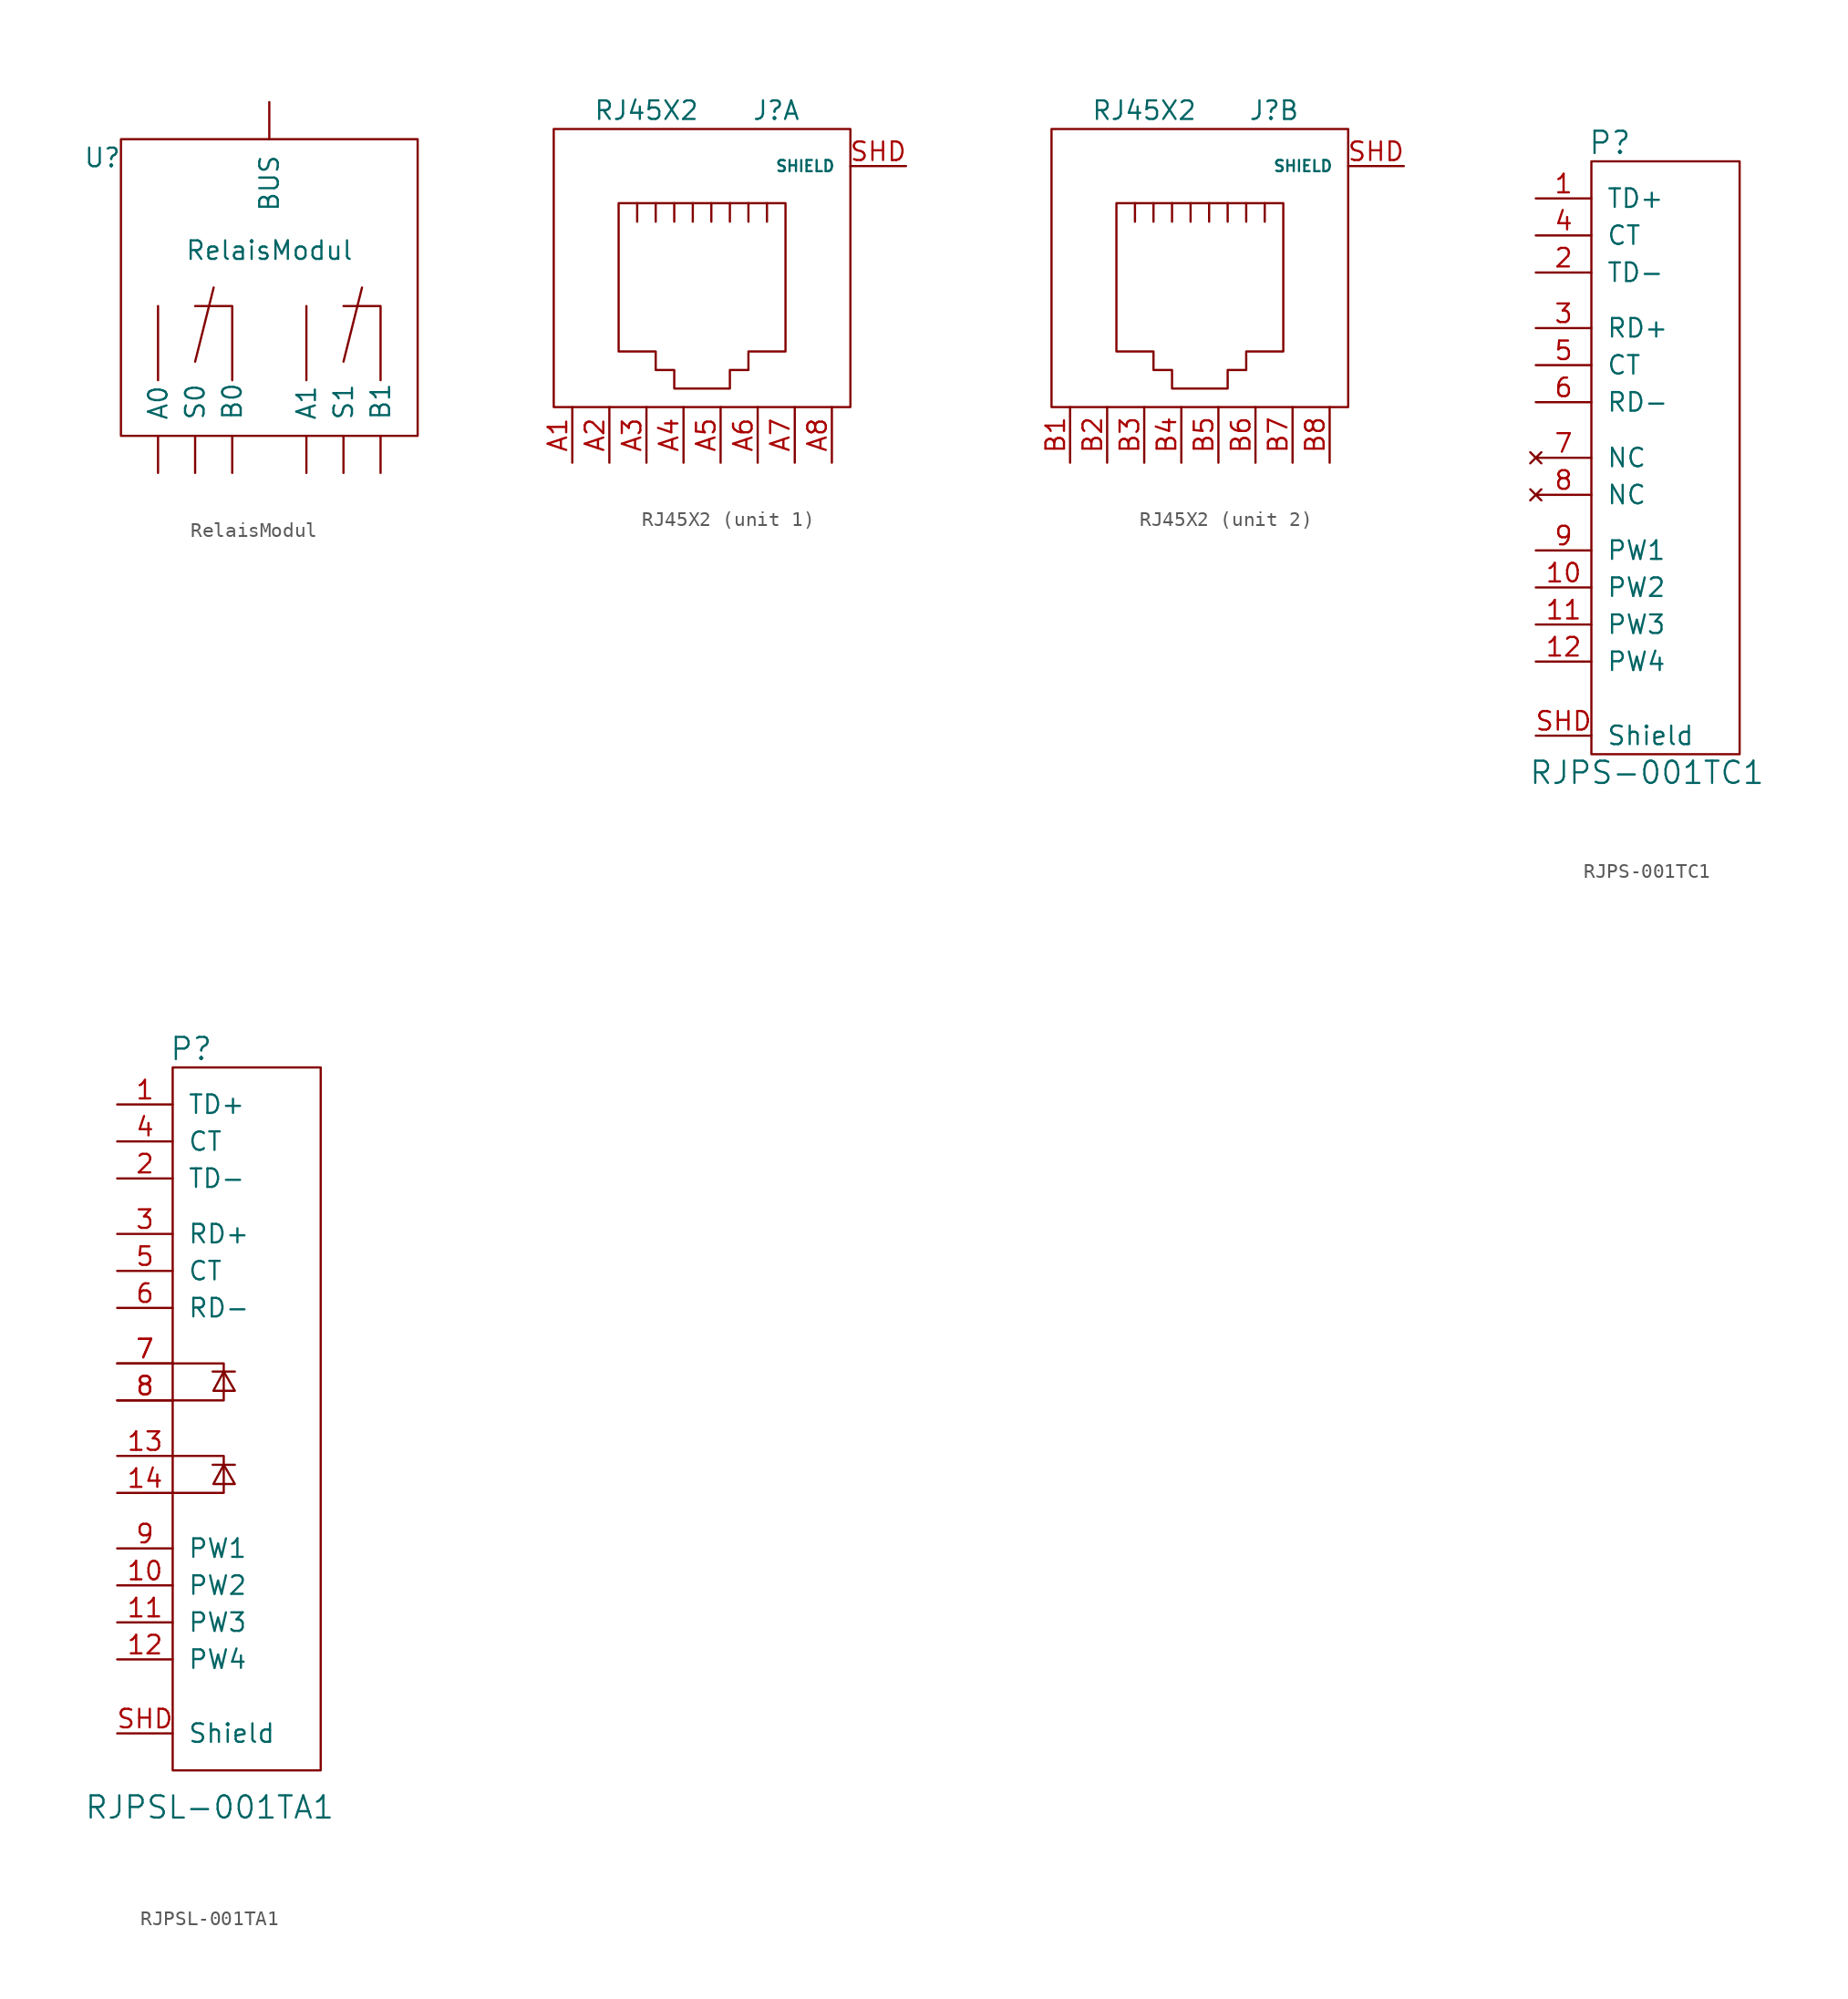
<source format=kicad_sym>
(kicad_symbol_lib
  (version 20211014)
  (generator kicad_symbol_editor)
  (symbol "RelaisModul"
    (pin_names
      (offset 1.016))
    (property "Reference" "U"
      (at -11.43 12.7 0)
      (effects (font (size 1.27 1.27))))
    (property "Value" "RelaisModul"
      (at 0 6.35 0)
      (effects (font (size 1.27 1.27))))
    (symbol "RelaisModul_0_1"
      (polyline (pts (xy -7.62 -2.54) (xy -7.62 2.54)) (stroke (width 0) (type default) (color 0 0 0 0)) (fill (type none)))
      (polyline (pts (xy -5.08 -1.27) (xy -3.81 3.81)) (stroke (width 0) (type default) (color 0 0 0 0)) (fill (type none)))
      (polyline (pts (xy -2.54 -2.54) (xy -2.54 2.54) (xy -5.08 2.54)) (stroke (width 0) (type default) (color 0 0 0 0)) (fill (type none)))
      (rectangle (start 10.16 -6.35) (end -10.16 13.97) (stroke (width 0) (type default) (color 0 0 0 0)) (fill (type none))))
    (symbol "RelaisModul_1_1"
      (polyline (pts (xy 2.54 -2.54) (xy 2.54 2.54)) (stroke (width 0) (type default) (color 0 0 0 0)) (fill (type none)))
      (polyline (pts (xy 5.08 -1.27) (xy 6.35 3.81)) (stroke (width 0) (type default) (color 0 0 0 0)) (fill (type none)))
      (polyline (pts (xy 7.62 -2.54) (xy 7.62 2.54) (xy 5.08 2.54)) (stroke (width 0) (type default) (color 0 0 0 0)) (fill (type none)))
      (pin output line (at -7.62 -8.89 90) (length 2.54) (name "A0" (effects (font (size 1.27 1.27)))) (number "~" (effects (font (size 1.27 1.27)))))
      (pin output line (at 2.54 -8.89 90) (length 2.54) (name "A1" (effects (font (size 1.27 1.27)))) (number "~" (effects (font (size 1.27 1.27)))))
      (pin output line (at -2.54 -8.89 90) (length 2.54) (name "B0" (effects (font (size 1.27 1.27)))) (number "~" (effects (font (size 1.27 1.27)))))
      (pin output line (at 7.62 -8.89 90) (length 2.54) (name "B1" (effects (font (size 1.27 1.27)))) (number "~" (effects (font (size 1.27 1.27)))))
      (pin output line (at 0 16.51 270) (length 2.54) (name "BUS" (effects (font (size 1.27 1.27)))) (number "~" (effects (font (size 1.27 1.27)))))
      (pin output line (at -5.08 -8.89 90) (length 2.54) (name "S0" (effects (font (size 1.27 1.27)))) (number "~" (effects (font (size 1.27 1.27)))))
      (pin output line (at 5.08 -8.89 90) (length 2.54) (name "S1" (effects (font (size 1.27 1.27)))) (number "~" (effects (font (size 1.27 1.27)))))))
  (symbol "RJ45X2"
    (pin_names
      (offset 1.016))
    (property "Reference" "J"
      (at 5.08 12.7 0)
      (effects (font (size 1.27 1.27))))
    (property "Value" "RJ45X2"
      (at -3.81 12.7 0)
      (effects (font (size 1.27 1.27))))
    (property "Footprint" ""
      (at 0 0 0)
      (effects (font (size 1.27 1.27))))
    (property "Datasheet" ""
      (at 0 0 0)
      (effects (font (size 1.27 1.27))))
    (symbol "RJ45X2_0_1"
      (rectangle (start -10.16 -7.62) (end 10.16 11.43) (stroke (width 0) (type default) (color 0 0 0 0)) (fill (type none)))
      (polyline (pts (xy -4.445 5.08) (xy -4.445 6.35) (xy -4.445 6.35)) (stroke (width 0) (type default) (color 0 0 0 0)) (fill (type none)))
      (polyline (pts (xy -3.175 6.35) (xy -3.175 5.08) (xy -3.175 5.08)) (stroke (width 0) (type default) (color 0 0 0 0)) (fill (type none)))
      (polyline (pts (xy -1.905 6.35) (xy -1.905 5.08) (xy -1.905 5.08)) (stroke (width 0) (type default) (color 0 0 0 0)) (fill (type none)))
      (polyline (pts (xy -0.635 6.35) (xy -0.635 5.08) (xy -0.635 5.08)) (stroke (width 0) (type default) (color 0 0 0 0)) (fill (type none)))
      (polyline (pts (xy 0.635 6.35) (xy 0.635 5.08) (xy 0.635 5.08)) (stroke (width 0) (type default) (color 0 0 0 0)) (fill (type none)))
      (polyline (pts (xy 1.905 6.35) (xy 1.905 5.08) (xy 1.905 5.08)) (stroke (width 0) (type default) (color 0 0 0 0)) (fill (type none)))
      (polyline (pts (xy 3.175 5.08) (xy 3.175 6.35) (xy 3.175 6.35)) (stroke (width 0) (type default) (color 0 0 0 0)) (fill (type none)))
      (polyline (pts (xy 4.445 5.08) (xy 4.445 6.35) (xy 4.445 6.35)) (stroke (width 0) (type default) (color 0 0 0 0)) (fill (type none)))
      (polyline (pts (xy -5.715 6.35) (xy 5.715 6.35) (xy 5.715 -3.81) (xy 3.175 -3.81) (xy 3.175 -5.08) (xy 1.905 -5.08) (xy 1.905 -6.35) (xy -1.905 -6.35) (xy -1.905 -5.08) (xy -3.175 -5.08) (xy -3.175 -3.81) (xy -5.715 -3.81) (xy -5.715 6.35) (xy -5.715 6.35)) (stroke (width 0) (type default) (color 0 0 0 0)) (fill (type none))))
    (symbol "RJ45X2_1_1"
      (pin passive line (at -8.89 -11.43 90) (length 3.81) (name "~" (effects (font (size 1.27 1.27)))) (number "A1" (effects (font (size 1.27 1.27)))))
      (pin passive line (at -6.35 -11.43 90) (length 3.81) (name "~" (effects (font (size 1.27 1.27)))) (number "A2" (effects (font (size 1.27 1.27)))))
      (pin passive line (at -3.81 -11.43 90) (length 3.81) (name "~" (effects (font (size 1.27 1.27)))) (number "A3" (effects (font (size 1.27 1.27)))))
      (pin passive line (at -1.27 -11.43 90) (length 3.81) (name "~" (effects (font (size 1.27 1.27)))) (number "A4" (effects (font (size 1.27 1.27)))))
      (pin passive line (at 1.27 -11.43 90) (length 3.81) (name "~" (effects (font (size 1.27 1.27)))) (number "A5" (effects (font (size 1.27 1.27)))))
      (pin passive line (at 3.81 -11.43 90) (length 3.81) (name "~" (effects (font (size 1.27 1.27)))) (number "A6" (effects (font (size 1.27 1.27)))))
      (pin passive line (at 6.35 -11.43 90) (length 3.81) (name "~" (effects (font (size 0.762 0.762)))) (number "A7" (effects (font (size 1.27 1.27)))))
      (pin passive line (at 8.89 -11.43 90) (length 3.81) (name "~" (effects (font (size 0.762 0.762)))) (number "A8" (effects (font (size 1.27 1.27)))))
      (pin passive line (at 13.97 8.89 180) (length 3.81) (name "SHIELD" (effects (font (size 0.762 0.762)))) (number "SHD" (effects (font (size 1.27 1.27))))))
    (symbol "RJ45X2_2_1"
      (pin passive line (at -8.89 -11.43 90) (length 3.81) (name "~" (effects (font (size 1.27 1.27)))) (number "B1" (effects (font (size 1.27 1.27)))))
      (pin passive line (at -6.35 -11.43 90) (length 3.81) (name "~" (effects (font (size 1.27 1.27)))) (number "B2" (effects (font (size 1.27 1.27)))))
      (pin passive line (at -3.81 -11.43 90) (length 3.81) (name "~" (effects (font (size 1.27 1.27)))) (number "B3" (effects (font (size 1.27 1.27)))))
      (pin passive line (at -1.27 -11.43 90) (length 3.81) (name "~" (effects (font (size 1.27 1.27)))) (number "B4" (effects (font (size 1.27 1.27)))))
      (pin passive line (at 1.27 -11.43 90) (length 3.81) (name "~" (effects (font (size 1.27 1.27)))) (number "B5" (effects (font (size 1.27 1.27)))))
      (pin passive line (at 3.81 -11.43 90) (length 3.81) (name "~" (effects (font (size 1.27 1.27)))) (number "B6" (effects (font (size 1.27 1.27)))))
      (pin passive line (at 6.35 -11.43 90) (length 3.81) (name "~" (effects (font (size 0.762 0.762)))) (number "B7" (effects (font (size 1.27 1.27)))))
      (pin passive line (at 8.89 -11.43 90) (length 3.81) (name "~" (effects (font (size 0.762 0.762)))) (number "B8" (effects (font (size 1.27 1.27)))))
      (pin passive line (at 13.97 8.89 180) (length 3.81) (name "SHIELD" (effects (font (size 0.762 0.762)))) (number "SHD" (effects (font (size 1.27 1.27)))))))
  (symbol "RJPS-001TC1"
    (pin_names
      (offset 1.016))
    (property "Reference" "P"
      (at -8.89 19.05 0)
      (effects (font (size 1.524 1.524))))
    (property "Value" "RJPS-001TC1"
      (at -6.35 -24.13 0)
      (effects (font (size 1.524 1.524))))
    (property "Footprint" ""
      (at 0 0 0)
      (effects (font (size 1.524 1.524))))
    (property "Datasheet" ""
      (at 0 0 0)
      (effects (font (size 1.524 1.524))))
    (symbol "RJPS-001TC1_0_1"
      (rectangle (start -10.16 17.78) (end 0 -22.86) (stroke (width 0) (type default) (color 0 0 0 0)) (fill (type none))))
    (symbol "RJPS-001TC1_1_1"
      (pin passive line (at -13.97 15.24 0) (length 3.81) (name "TD+" (effects (font (size 1.27 1.27)))) (number "1" (effects (font (size 1.27 1.27)))))
      (pin passive line (at -13.97 -11.43 0) (length 3.81) (name "PW2" (effects (font (size 1.27 1.27)))) (number "10" (effects (font (size 1.27 1.27)))))
      (pin passive line (at -13.97 -13.97 0) (length 3.81) (name "PW3" (effects (font (size 1.27 1.27)))) (number "11" (effects (font (size 1.27 1.27)))))
      (pin passive line (at -13.97 -16.51 0) (length 3.81) (name "PW4" (effects (font (size 1.27 1.27)))) (number "12" (effects (font (size 1.27 1.27)))))
      (pin passive line (at -13.97 10.16 0) (length 3.81) (name "TD-" (effects (font (size 1.27 1.27)))) (number "2" (effects (font (size 1.27 1.27)))))
      (pin passive line (at -13.97 6.35 0) (length 3.81) (name "RD+" (effects (font (size 1.27 1.27)))) (number "3" (effects (font (size 1.27 1.27)))))
      (pin passive line (at -13.97 12.7 0) (length 3.81) (name "CT" (effects (font (size 1.27 1.27)))) (number "4" (effects (font (size 1.27 1.27)))))
      (pin passive line (at -13.97 3.81 0) (length 3.81) (name "CT" (effects (font (size 1.27 1.27)))) (number "5" (effects (font (size 1.27 1.27)))))
      (pin passive line (at -13.97 1.27 0) (length 3.81) (name "RD-" (effects (font (size 1.27 1.27)))) (number "6" (effects (font (size 1.27 1.27)))))
      (pin no_connect line (at -13.97 -2.54 0) (length 3.81) (name "NC" (effects (font (size 1.27 1.27)))) (number "7" (effects (font (size 1.27 1.27)))))
      (pin no_connect line (at -13.97 -5.08 0) (length 3.81) (name "NC" (effects (font (size 1.27 1.27)))) (number "8" (effects (font (size 1.27 1.27)))))
      (pin passive line (at -13.97 -8.89 0) (length 3.81) (name "PW1" (effects (font (size 1.27 1.27)))) (number "9" (effects (font (size 1.27 1.27)))))
      (pin passive line (at -13.97 -21.59 0) (length 3.81) (name "Shield" (effects (font (size 1.27 1.27)))) (number "SHD" (effects (font (size 1.27 1.27)))))))
  (symbol "RJPSL-001TA1"
    (pin_names
      (offset 1.016))
    (property "Reference" "P"
      (at -8.89 19.05 0)
      (effects (font (size 1.524 1.524))))
    (property "Value" "RJPSL-001TA1"
      (at -7.62 -33.02 0)
      (effects (font (size 1.524 1.524))))
    (property "Footprint" ""
      (at 0 0 0)
      (effects (font (size 1.524 1.524))))
    (property "Datasheet" ""
      (at 0 0 0)
      (effects (font (size 1.524 1.524))))
    (symbol "RJPSL-001TA1_0_1"
      (rectangle (start -10.16 17.78) (end 0 -30.48) (stroke (width 0) (type default) (color 0 0 0 0)) (fill (type none)))
      (polyline (pts (xy -7.417 -9.5) (xy -5.893 -9.5)) (stroke (width 0) (type default) (color 0 0 0 0)) (fill (type none)))
      (polyline (pts (xy -7.417 -3.099) (xy -5.893 -3.099)) (stroke (width 0) (type default) (color 0 0 0 0)) (fill (type none)))
      (polyline (pts (xy -10.16 -8.89) (xy -6.655 -8.89) (xy -6.655 -11.43) (xy -10.16 -11.43)) (stroke (width 0) (type default) (color 0 0 0 0)) (fill (type none)))
      (polyline (pts (xy -10.16 -2.54) (xy -6.655 -2.54) (xy -6.655 -5.08) (xy -10.16 -5.08)) (stroke (width 0) (type default) (color 0 0 0 0)) (fill (type none)))
      (polyline (pts (xy -6.655 -9.5) (xy -7.366 -10.82) (xy -5.893 -10.82) (xy -6.655 -9.5)) (stroke (width 0) (type default) (color 0 0 0 0)) (fill (type none)))
      (polyline (pts (xy -6.655 -3.099) (xy -7.366 -4.42) (xy -5.893 -4.42) (xy -6.655 -3.099)) (stroke (width 0) (type default) (color 0 0 0 0)) (fill (type none))))
    (symbol "RJPSL-001TA1_1_1"
      (pin passive line (at -13.97 15.24 0) (length 3.81) (name "TD+" (effects (font (size 1.27 1.27)))) (number "1" (effects (font (size 1.27 1.27)))))
      (pin passive line (at -13.97 -17.78 0) (length 3.81) (name "PW2" (effects (font (size 1.27 1.27)))) (number "10" (effects (font (size 1.27 1.27)))))
      (pin passive line (at -13.97 -20.32 0) (length 3.81) (name "PW3" (effects (font (size 1.27 1.27)))) (number "11" (effects (font (size 1.27 1.27)))))
      (pin passive line (at -13.97 -22.86 0) (length 3.81) (name "PW4" (effects (font (size 1.27 1.27)))) (number "12" (effects (font (size 1.27 1.27)))))
      (pin passive line (at -13.97 -8.89 0) (length 3.81) (name "~" (effects (font (size 1.27 1.27)))) (number "13" (effects (font (size 1.27 1.27)))))
      (pin passive line (at -13.97 -11.43 0) (length 3.81) (name "~" (effects (font (size 1.27 1.27)))) (number "14" (effects (font (size 1.27 1.27)))))
      (pin passive line (at -13.97 10.16 0) (length 3.81) (name "TD-" (effects (font (size 1.27 1.27)))) (number "2" (effects (font (size 1.27 1.27)))))
      (pin passive line (at -13.97 6.35 0) (length 3.81) (name "RD+" (effects (font (size 1.27 1.27)))) (number "3" (effects (font (size 1.27 1.27)))))
      (pin passive line (at -13.97 12.7 0) (length 3.81) (name "CT" (effects (font (size 1.27 1.27)))) (number "4" (effects (font (size 1.27 1.27)))))
      (pin passive line (at -13.97 3.81 0) (length 3.81) (name "CT" (effects (font (size 1.27 1.27)))) (number "5" (effects (font (size 1.27 1.27)))))
      (pin passive line (at -13.97 1.27 0) (length 3.81) (name "RD-" (effects (font (size 1.27 1.27)))) (number "6" (effects (font (size 1.27 1.27)))))
      (pin passive line (at -13.97 -2.54 0) (length 3.81) (name "~" (effects (font (size 1.27 1.27)))) (number "7" (effects (font (size 1.27 1.27)))))
      (pin passive line (at -13.97 -2.54 0) (length 3.81) (name "~" (effects (font (size 1.27 1.27)))) (number "7" (effects (font (size 1.27 1.27)))))
      (pin passive line (at -13.97 -5.08 0) (length 3.81) (name "~" (effects (font (size 1.27 1.27)))) (number "8" (effects (font (size 1.27 1.27)))))
      (pin passive line (at -13.97 -5.08 0) (length 3.81) (name "~" (effects (font (size 1.27 1.27)))) (number "8" (effects (font (size 1.27 1.27)))))
      (pin passive line (at -13.97 -15.24 0) (length 3.81) (name "PW1" (effects (font (size 1.27 1.27)))) (number "9" (effects (font (size 1.27 1.27)))))
      (pin passive line (at -13.97 -27.94 0) (length 3.81) (name "Shield" (effects (font (size 1.27 1.27)))) (number "SHD" (effects (font (size 1.27 1.27))))))))
</source>
